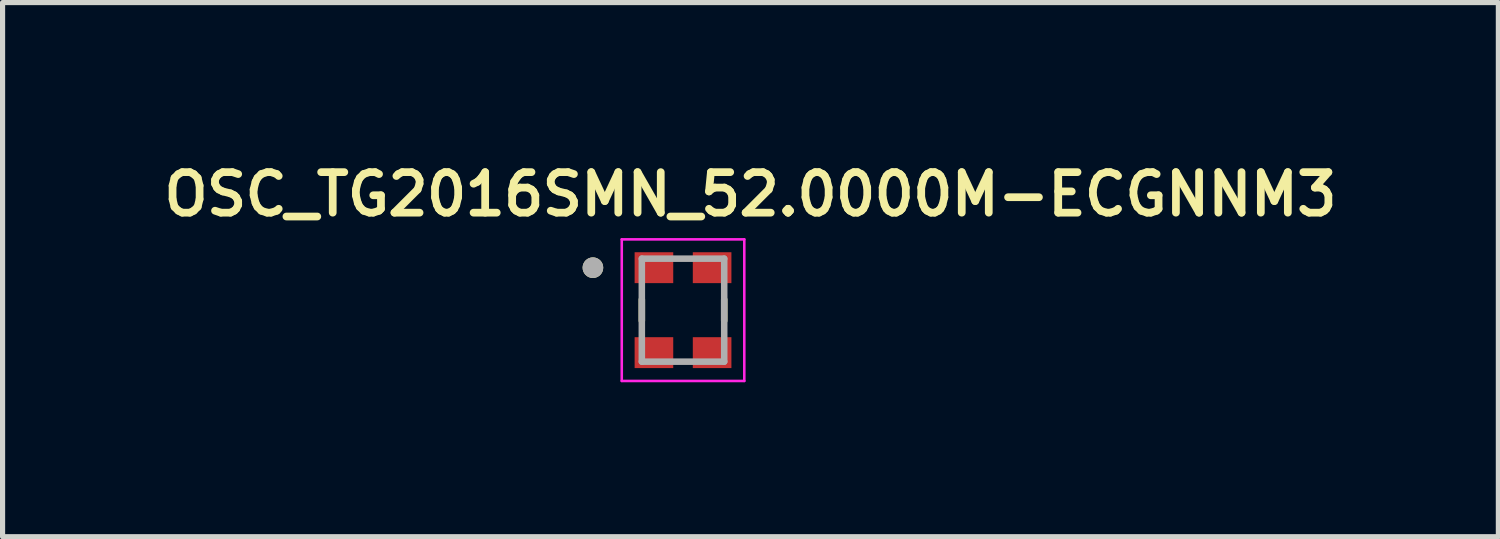
<source format=kicad_pcb>
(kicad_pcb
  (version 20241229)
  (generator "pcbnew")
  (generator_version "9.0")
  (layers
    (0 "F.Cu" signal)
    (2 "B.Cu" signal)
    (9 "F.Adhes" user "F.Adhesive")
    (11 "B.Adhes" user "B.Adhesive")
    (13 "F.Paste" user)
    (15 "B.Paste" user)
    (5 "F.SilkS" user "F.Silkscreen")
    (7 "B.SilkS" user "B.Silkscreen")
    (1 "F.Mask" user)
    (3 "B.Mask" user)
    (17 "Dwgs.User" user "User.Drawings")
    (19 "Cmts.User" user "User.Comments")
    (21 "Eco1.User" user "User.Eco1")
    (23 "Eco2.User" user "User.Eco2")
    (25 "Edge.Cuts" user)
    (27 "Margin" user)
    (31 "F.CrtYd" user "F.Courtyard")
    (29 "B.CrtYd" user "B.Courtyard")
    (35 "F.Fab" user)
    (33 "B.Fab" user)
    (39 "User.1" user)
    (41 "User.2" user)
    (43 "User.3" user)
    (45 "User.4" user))
  (footprint "OSC_TG2016SMN_52.0000M-ECGNNM3"
    (layer "F.Cu")
    (at 10.216 2.974)
    (property "Reference" "OSC_TG2016SMN_52.0000M-ECGNNM3" (at 1.31 -2.25 0) (layer "F.SilkS") (effects (font (size 0.787 0.787) (thickness 0.15))))
    (attr smd)
    (fp_line (start -0.8 0.205) (end -0.8 -0.205) (stroke (width 0.127) (type solid)) (layer "F.SilkS"))
    (fp_line (start 0.8 -0.205) (end 0.8 0.205) (stroke (width 0.127) (type solid)) (layer "F.SilkS"))
    (fp_circle (center -1.75 -0.825) (end -1.65 -0.825) (stroke (width 0.2) (type solid)) (fill no) (layer "F.SilkS"))
    (fp_line (start -1.19 -1.375) (end -1.19 1.375) (stroke (width 0.05) (type solid)) (layer "F.CrtYd"))
    (fp_line (start -1.19 1.375) (end 1.19 1.375) (stroke (width 0.05) (type solid)) (layer "F.CrtYd"))
    (fp_line (start 1.19 -1.375) (end -1.19 -1.375) (stroke (width 0.05) (type solid)) (layer "F.CrtYd"))
    (fp_line (start 1.19 1.375) (end 1.19 -1.375) (stroke (width 0.05) (type solid)) (layer "F.CrtYd"))
    (fp_line (start -0.8 -1) (end 0.8 -1) (stroke (width 0.127) (type solid)) (layer "F.Fab"))
    (fp_line (start -0.8 1) (end -0.8 -1) (stroke (width 0.127) (type solid)) (layer "F.Fab"))
    (fp_line (start 0.8 -1) (end 0.8 1) (stroke (width 0.127) (type solid)) (layer "F.Fab"))
    (fp_line (start 0.8 1) (end -0.8 1) (stroke (width 0.127) (type solid)) (layer "F.Fab"))
    (fp_circle (center -1.75 -0.825) (end -1.65 -0.825) (stroke (width 0.2) (type solid)) (fill no) (layer "F.Fab"))
    (pad "1" smd rect (at -0.565 -0.825) (size 0.75 0.6) (layers "F.Cu" "F.Mask" "F.Paste"))
    (pad "2" smd rect (at -0.565 0.825) (size 0.75 0.6) (layers "F.Cu" "F.Mask" "F.Paste"))
    (pad "3" smd rect (at 0.565 0.825) (size 0.75 0.6) (layers "F.Cu" "F.Mask" "F.Paste"))
    (pad "4" smd rect (at 0.565 -0.825) (size 0.75 0.6) (layers "F.Cu" "F.Mask" "F.Paste")))
  (gr_rect
    (start -3 -3)
    (end 26.052 7.374)
    (stroke (width 0.1) (type default))
    (fill no)
    (layer "Edge.Cuts")))
</source>
